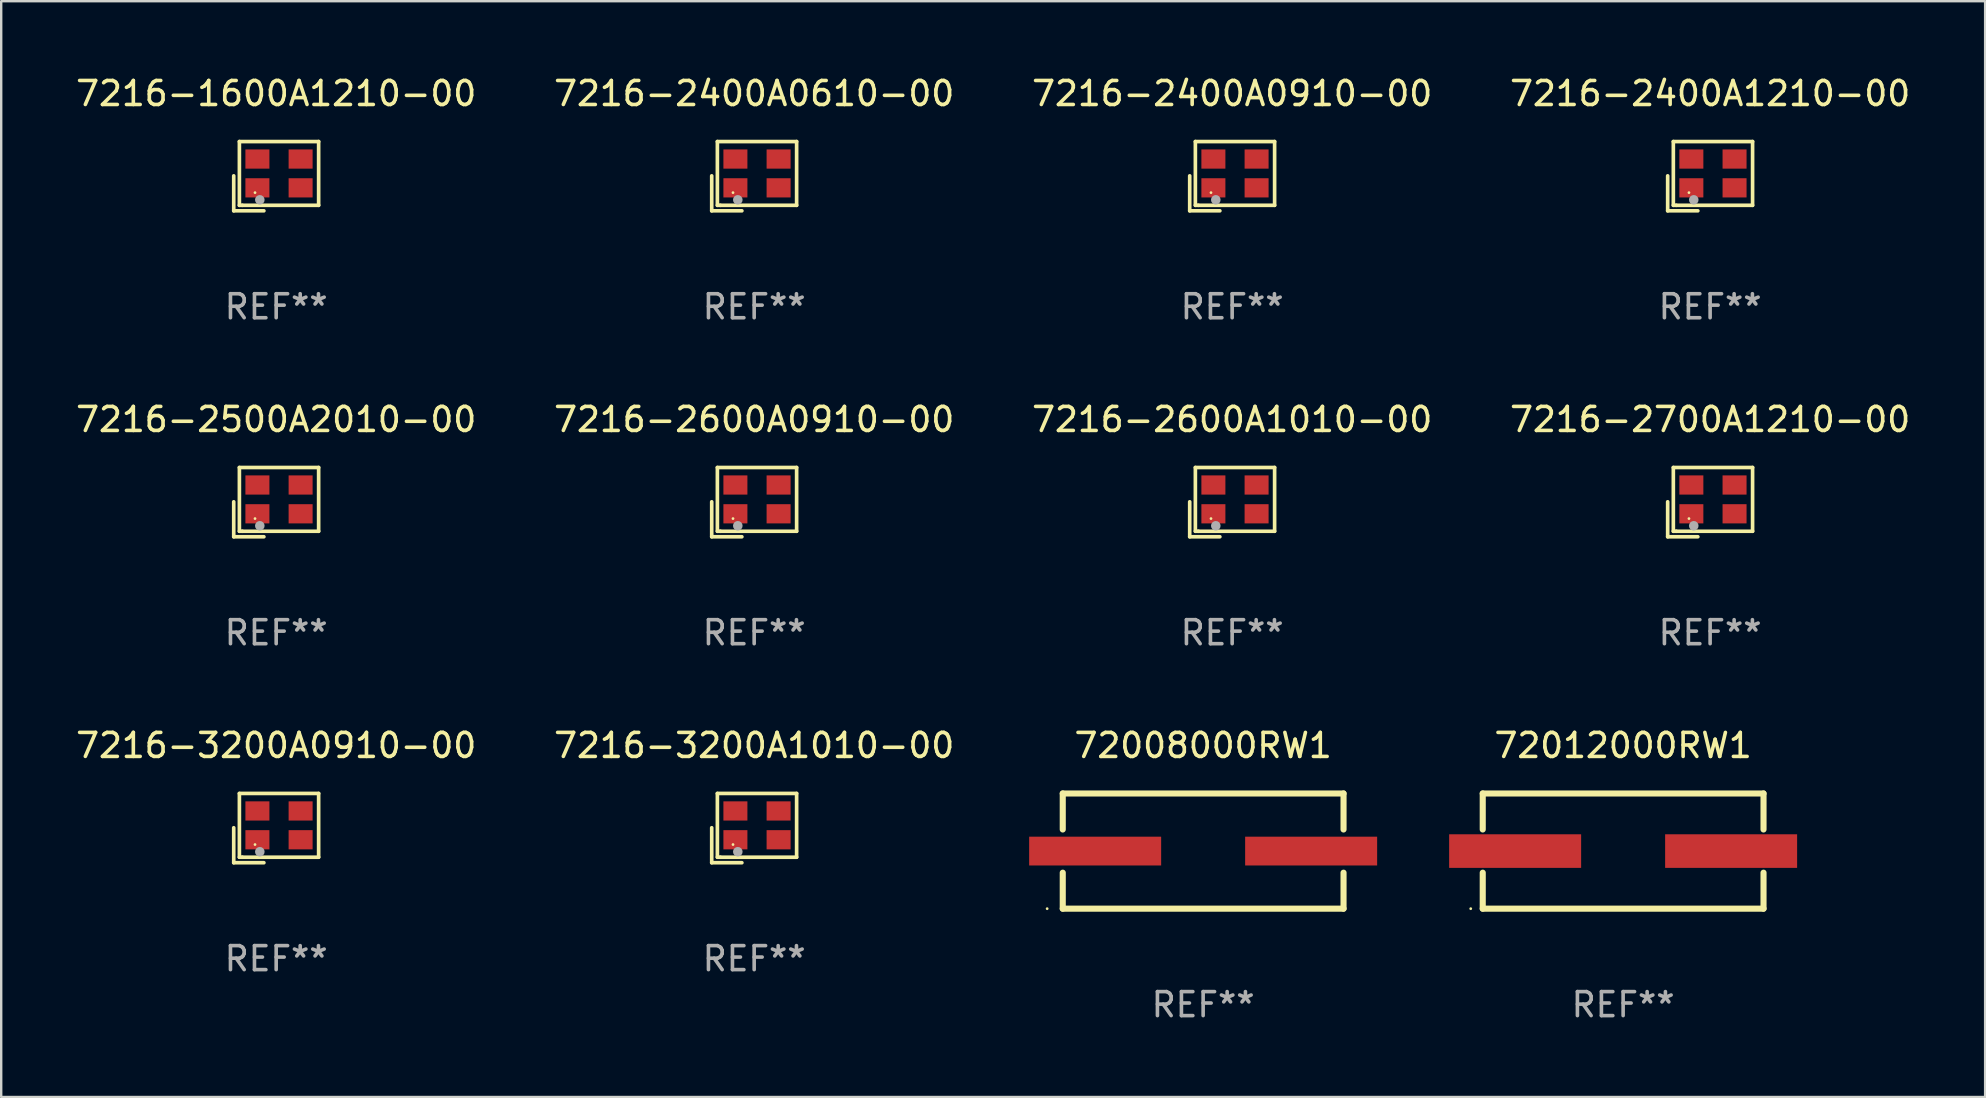
<source format=kicad_pcb>
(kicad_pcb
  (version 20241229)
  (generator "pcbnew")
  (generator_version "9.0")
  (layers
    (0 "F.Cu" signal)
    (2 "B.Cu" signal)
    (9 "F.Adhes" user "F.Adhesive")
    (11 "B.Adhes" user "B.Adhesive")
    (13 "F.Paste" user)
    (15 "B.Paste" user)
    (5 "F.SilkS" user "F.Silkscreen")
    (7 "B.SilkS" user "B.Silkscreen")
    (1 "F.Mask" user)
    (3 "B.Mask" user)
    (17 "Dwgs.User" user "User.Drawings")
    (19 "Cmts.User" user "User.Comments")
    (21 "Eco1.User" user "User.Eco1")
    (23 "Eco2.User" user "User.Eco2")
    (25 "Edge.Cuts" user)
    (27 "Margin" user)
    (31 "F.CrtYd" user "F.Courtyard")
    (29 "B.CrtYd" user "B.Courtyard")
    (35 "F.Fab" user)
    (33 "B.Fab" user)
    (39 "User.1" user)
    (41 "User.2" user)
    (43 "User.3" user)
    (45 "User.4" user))
  (footprint "7216-2700A1210-00"
    (layer "F.Cu")
    (at 68.208 17.873)
    (property "Reference" "7216-2700A1210-00" (at 0 -3.443 0) (layer "F.SilkS") (effects (font (size 1 1) (thickness 0.15))))
    (attr through_hole)
    (fp_line (start -1.769 -0.014) (end -1.769 1.443) (stroke (width 0.152) (type solid)) (layer "F.SilkS"))
    (fp_line (start -1.769 1.443) (end -0.512 1.443) (stroke (width 0.152) (type solid)) (layer "F.SilkS"))
    (fp_line (start -1.533 -1.443) (end 1.769 -1.443) (stroke (width 0.152) (type solid)) (layer "F.SilkS"))
    (fp_line (start -1.533 1.214) (end -1.533 -1.443) (stroke (width 0.152) (type solid)) (layer "F.SilkS"))
    (fp_line (start -1.411 1.214) (end -1.533 1.214) (stroke (width 0.152) (type solid)) (layer "F.SilkS"))
    (fp_line (start 1.769 -1.443) (end 1.769 1.214) (stroke (width 0.152) (type solid)) (layer "F.SilkS"))
    (fp_line (start 1.769 1.214) (end -1.411 1.214) (stroke (width 0.152) (type solid)) (layer "F.SilkS"))
    (fp_circle (center -0.882 0.686) (end -0.852 0.686) (stroke (width 0.06) (type solid)) (fill no) (layer "F.SilkS"))
    (fp_circle (center -0.682 0.986) (end -0.582 0.986) (stroke (width 0.2) (type solid)) (fill no) (layer "F.Fab"))
    (fp_text user "REF**" (at 0 5.443 0) (layer "F.Fab") (effects (font (size 1 1) (thickness 0.15))))
    (pad "1" smd rect (at -0.782 0.486 90) (size 0.8 1) (layers "F.Cu" "F.Mask" "F.Paste"))
    (pad "2" smd rect (at 1.018 0.486 90) (size 0.8 1) (layers "F.Cu" "F.Mask" "F.Paste"))
    (pad "3" smd rect (at 1.018 -0.714 90) (size 0.8 1) (layers "F.Cu" "F.Mask" "F.Paste"))
    (pad "4" smd rect (at -0.782 -0.714 90) (size 0.8 1) (layers "F.Cu" "F.Mask" "F.Paste")))
  (footprint "7216-2500A2010-00"
    (layer "F.Cu")
    (at 8.458 17.873)
    (property "Reference" "7216-2500A2010-00" (at 0 -3.443 0) (layer "F.SilkS") (effects (font (size 1 1) (thickness 0.15))))
    (attr through_hole)
    (fp_line (start -1.769 -0.014) (end -1.769 1.443) (stroke (width 0.152) (type solid)) (layer "F.SilkS"))
    (fp_line (start -1.769 1.443) (end -0.512 1.443) (stroke (width 0.152) (type solid)) (layer "F.SilkS"))
    (fp_line (start -1.533 -1.443) (end 1.769 -1.443) (stroke (width 0.152) (type solid)) (layer "F.SilkS"))
    (fp_line (start -1.533 1.214) (end -1.533 -1.443) (stroke (width 0.152) (type solid)) (layer "F.SilkS"))
    (fp_line (start -1.411 1.214) (end -1.533 1.214) (stroke (width 0.152) (type solid)) (layer "F.SilkS"))
    (fp_line (start 1.769 -1.443) (end 1.769 1.214) (stroke (width 0.152) (type solid)) (layer "F.SilkS"))
    (fp_line (start 1.769 1.214) (end -1.411 1.214) (stroke (width 0.152) (type solid)) (layer "F.SilkS"))
    (fp_circle (center -0.882 0.686) (end -0.852 0.686) (stroke (width 0.06) (type solid)) (fill no) (layer "F.SilkS"))
    (fp_circle (center -0.682 0.986) (end -0.582 0.986) (stroke (width 0.2) (type solid)) (fill no) (layer "F.Fab"))
    (fp_text user "REF**" (at 0 5.443 0) (layer "F.Fab") (effects (font (size 1 1) (thickness 0.15))))
    (pad "1" smd rect (at -0.782 0.486 90) (size 0.8 1) (layers "F.Cu" "F.Mask" "F.Paste"))
    (pad "2" smd rect (at 1.018 0.486 90) (size 0.8 1) (layers "F.Cu" "F.Mask" "F.Paste"))
    (pad "3" smd rect (at 1.018 -0.714 90) (size 0.8 1) (layers "F.Cu" "F.Mask" "F.Paste"))
    (pad "4" smd rect (at -0.782 -0.714 90) (size 0.8 1) (layers "F.Cu" "F.Mask" "F.Paste")))
  (footprint "7216-2600A0910-00"
    (layer "F.Cu")
    (at 28.375 17.873)
    (property "Reference" "7216-2600A0910-00" (at 0 -3.443 0) (layer "F.SilkS") (effects (font (size 1 1) (thickness 0.15))))
    (attr through_hole)
    (fp_line (start -1.769 -0.014) (end -1.769 1.443) (stroke (width 0.152) (type solid)) (layer "F.SilkS"))
    (fp_line (start -1.769 1.443) (end -0.512 1.443) (stroke (width 0.152) (type solid)) (layer "F.SilkS"))
    (fp_line (start -1.533 -1.443) (end 1.769 -1.443) (stroke (width 0.152) (type solid)) (layer "F.SilkS"))
    (fp_line (start -1.533 1.214) (end -1.533 -1.443) (stroke (width 0.152) (type solid)) (layer "F.SilkS"))
    (fp_line (start -1.411 1.214) (end -1.533 1.214) (stroke (width 0.152) (type solid)) (layer "F.SilkS"))
    (fp_line (start 1.769 -1.443) (end 1.769 1.214) (stroke (width 0.152) (type solid)) (layer "F.SilkS"))
    (fp_line (start 1.769 1.214) (end -1.411 1.214) (stroke (width 0.152) (type solid)) (layer "F.SilkS"))
    (fp_circle (center -0.882 0.686) (end -0.852 0.686) (stroke (width 0.06) (type solid)) (fill no) (layer "F.SilkS"))
    (fp_circle (center -0.682 0.986) (end -0.582 0.986) (stroke (width 0.2) (type solid)) (fill no) (layer "F.Fab"))
    (fp_text user "REF**" (at 0 5.443 0) (layer "F.Fab") (effects (font (size 1 1) (thickness 0.15))))
    (pad "1" smd rect (at -0.782 0.486 90) (size 0.8 1) (layers "F.Cu" "F.Mask" "F.Paste"))
    (pad "2" smd rect (at 1.018 0.486 90) (size 0.8 1) (layers "F.Cu" "F.Mask" "F.Paste"))
    (pad "3" smd rect (at 1.018 -0.714 90) (size 0.8 1) (layers "F.Cu" "F.Mask" "F.Paste"))
    (pad "4" smd rect (at -0.782 -0.714 90) (size 0.8 1) (layers "F.Cu" "F.Mask" "F.Paste")))
  (footprint "7216-2400A0910-00"
    (layer "F.Cu")
    (at 48.292 4.291)
    (property "Reference" "7216-2400A0910-00" (at 0 -3.443 0) (layer "F.SilkS") (effects (font (size 1 1) (thickness 0.15))))
    (attr through_hole)
    (fp_line (start -1.769 -0.014) (end -1.769 1.443) (stroke (width 0.152) (type solid)) (layer "F.SilkS"))
    (fp_line (start -1.769 1.443) (end -0.512 1.443) (stroke (width 0.152) (type solid)) (layer "F.SilkS"))
    (fp_line (start -1.533 -1.443) (end 1.769 -1.443) (stroke (width 0.152) (type solid)) (layer "F.SilkS"))
    (fp_line (start -1.533 1.214) (end -1.533 -1.443) (stroke (width 0.152) (type solid)) (layer "F.SilkS"))
    (fp_line (start -1.411 1.214) (end -1.533 1.214) (stroke (width 0.152) (type solid)) (layer "F.SilkS"))
    (fp_line (start 1.769 -1.443) (end 1.769 1.214) (stroke (width 0.152) (type solid)) (layer "F.SilkS"))
    (fp_line (start 1.769 1.214) (end -1.411 1.214) (stroke (width 0.152) (type solid)) (layer "F.SilkS"))
    (fp_circle (center -0.882 0.686) (end -0.852 0.686) (stroke (width 0.06) (type solid)) (fill no) (layer "F.SilkS"))
    (fp_circle (center -0.682 0.986) (end -0.582 0.986) (stroke (width 0.2) (type solid)) (fill no) (layer "F.Fab"))
    (fp_text user "REF**" (at 0 5.443 0) (layer "F.Fab") (effects (font (size 1 1) (thickness 0.15))))
    (pad "1" smd rect (at -0.782 0.486 90) (size 0.8 1) (layers "F.Cu" "F.Mask" "F.Paste"))
    (pad "2" smd rect (at 1.018 0.486 90) (size 0.8 1) (layers "F.Cu" "F.Mask" "F.Paste"))
    (pad "3" smd rect (at 1.018 -0.714 90) (size 0.8 1) (layers "F.Cu" "F.Mask" "F.Paste"))
    (pad "4" smd rect (at -0.782 -0.714 90) (size 0.8 1) (layers "F.Cu" "F.Mask" "F.Paste")))
  (footprint "72012000RW1"
    (layer "F.Cu")
    (at 64.583 32.413)
    (property "Reference" "72012000RW1" (at 0 -4.4 0) (layer "F.SilkS") (effects (font (size 1 1) (thickness 0.15))))
    (attr through_hole)
    (fp_line (start -5.85 -2.4) (end 5.85 -2.4) (stroke (width 0.254) (type solid)) (layer "F.SilkS"))
    (fp_line (start -5.85 -2.4) (end -5.85 -0.9) (stroke (width 0.254) (type solid)) (layer "F.SilkS"))
    (fp_line (start -5.85 2.4) (end 5.85 2.4) (stroke (width 0.254) (type solid)) (layer "F.SilkS"))
    (fp_line (start -5.85 0.9) (end -5.85 2.4) (stroke (width 0.254) (type solid)) (layer "F.SilkS"))
    (fp_line (start 5.85 -2.4) (end 5.85 -0.9) (stroke (width 0.254) (type solid)) (layer "F.SilkS"))
    (fp_line (start 5.85 0.9) (end 5.85 2.4) (stroke (width 0.254) (type solid)) (layer "F.SilkS"))
    (fp_circle (center -6.35 2.4) (end -6.32 2.4) (stroke (width 0.06) (type solid)) (fill no) (layer "F.SilkS"))
    (fp_text user "REF**" (at 0 6.4 0) (layer "F.Fab") (effects (font (size 1 1) (thickness 0.15))))
    (pad "1" smd rect (at -4.5 -0.000025) (size 5.5 1.4) (layers "F.Cu" "F.Mask" "F.Paste"))
    (pad "2" smd rect (at 4.5 -0.000025) (size 5.5 1.4) (layers "F.Cu" "F.Mask" "F.Paste")))
  (footprint "7216-2400A1210-00"
    (layer "F.Cu")
    (at 68.208 4.291)
    (property "Reference" "7216-2400A1210-00" (at 0 -3.443 0) (layer "F.SilkS") (effects (font (size 1 1) (thickness 0.15))))
    (attr through_hole)
    (fp_line (start -1.769 -0.014) (end -1.769 1.443) (stroke (width 0.152) (type solid)) (layer "F.SilkS"))
    (fp_line (start -1.769 1.443) (end -0.512 1.443) (stroke (width 0.152) (type solid)) (layer "F.SilkS"))
    (fp_line (start -1.533 -1.443) (end 1.769 -1.443) (stroke (width 0.152) (type solid)) (layer "F.SilkS"))
    (fp_line (start -1.533 1.214) (end -1.533 -1.443) (stroke (width 0.152) (type solid)) (layer "F.SilkS"))
    (fp_line (start -1.411 1.214) (end -1.533 1.214) (stroke (width 0.152) (type solid)) (layer "F.SilkS"))
    (fp_line (start 1.769 -1.443) (end 1.769 1.214) (stroke (width 0.152) (type solid)) (layer "F.SilkS"))
    (fp_line (start 1.769 1.214) (end -1.411 1.214) (stroke (width 0.152) (type solid)) (layer "F.SilkS"))
    (fp_circle (center -0.882 0.686) (end -0.852 0.686) (stroke (width 0.06) (type solid)) (fill no) (layer "F.SilkS"))
    (fp_circle (center -0.682 0.986) (end -0.582 0.986) (stroke (width 0.2) (type solid)) (fill no) (layer "F.Fab"))
    (fp_text user "REF**" (at 0 5.443 0) (layer "F.Fab") (effects (font (size 1 1) (thickness 0.15))))
    (pad "1" smd rect (at -0.782 0.486 90) (size 0.8 1) (layers "F.Cu" "F.Mask" "F.Paste"))
    (pad "2" smd rect (at 1.018 0.486 90) (size 0.8 1) (layers "F.Cu" "F.Mask" "F.Paste"))
    (pad "3" smd rect (at 1.018 -0.714 90) (size 0.8 1) (layers "F.Cu" "F.Mask" "F.Paste"))
    (pad "4" smd rect (at -0.782 -0.714 90) (size 0.8 1) (layers "F.Cu" "F.Mask" "F.Paste")))
  (footprint "72008000RW1"
    (layer "F.Cu")
    (at 47.083 32.413)
    (property "Reference" "72008000RW1" (at 0 -4.4 0) (layer "F.SilkS") (effects (font (size 1 1) (thickness 0.15))))
    (attr through_hole)
    (fp_line (start -5.85 -2.4) (end 5.85 -2.4) (stroke (width 0.254) (type solid)) (layer "F.SilkS"))
    (fp_line (start -5.85 -2.4) (end -5.85 -0.9) (stroke (width 0.254) (type solid)) (layer "F.SilkS"))
    (fp_line (start -5.85 2.4) (end 5.85 2.4) (stroke (width 0.254) (type solid)) (layer "F.SilkS"))
    (fp_line (start -5.85 0.9) (end -5.85 2.4) (stroke (width 0.254) (type solid)) (layer "F.SilkS"))
    (fp_line (start 5.85 -2.4) (end 5.85 -0.9) (stroke (width 0.254) (type solid)) (layer "F.SilkS"))
    (fp_line (start 5.85 0.9) (end 5.85 2.4) (stroke (width 0.254) (type solid)) (layer "F.SilkS"))
    (fp_circle (center -6.5 2.4) (end -6.47 2.4) (stroke (width 0.06) (type solid)) (fill no) (layer "F.SilkS"))
    (fp_text user "REF**" (at 0 6.4 0) (layer "F.Fab") (effects (font (size 1 1) (thickness 0.15))))
    (pad "1" smd rect (at -4.5 -0.000025) (size 5.5 1.2) (layers "F.Cu" "F.Mask" "F.Paste"))
    (pad "2" smd rect (at 4.5 -0.000025) (size 5.5 1.2) (layers "F.Cu" "F.Mask" "F.Paste")))
  (footprint "7216-2600A1010-00"
    (layer "F.Cu")
    (at 48.292 17.873)
    (property "Reference" "7216-2600A1010-00" (at 0 -3.443 0) (layer "F.SilkS") (effects (font (size 1 1) (thickness 0.15))))
    (attr through_hole)
    (fp_line (start -1.769 -0.014) (end -1.769 1.443) (stroke (width 0.152) (type solid)) (layer "F.SilkS"))
    (fp_line (start -1.769 1.443) (end -0.512 1.443) (stroke (width 0.152) (type solid)) (layer "F.SilkS"))
    (fp_line (start -1.533 -1.443) (end 1.769 -1.443) (stroke (width 0.152) (type solid)) (layer "F.SilkS"))
    (fp_line (start -1.533 1.214) (end -1.533 -1.443) (stroke (width 0.152) (type solid)) (layer "F.SilkS"))
    (fp_line (start -1.411 1.214) (end -1.533 1.214) (stroke (width 0.152) (type solid)) (layer "F.SilkS"))
    (fp_line (start 1.769 -1.443) (end 1.769 1.214) (stroke (width 0.152) (type solid)) (layer "F.SilkS"))
    (fp_line (start 1.769 1.214) (end -1.411 1.214) (stroke (width 0.152) (type solid)) (layer "F.SilkS"))
    (fp_circle (center -0.882 0.686) (end -0.852 0.686) (stroke (width 0.06) (type solid)) (fill no) (layer "F.SilkS"))
    (fp_circle (center -0.682 0.986) (end -0.582 0.986) (stroke (width 0.2) (type solid)) (fill no) (layer "F.Fab"))
    (fp_text user "REF**" (at 0 5.443 0) (layer "F.Fab") (effects (font (size 1 1) (thickness 0.15))))
    (pad "1" smd rect (at -0.782 0.486 90) (size 0.8 1) (layers "F.Cu" "F.Mask" "F.Paste"))
    (pad "2" smd rect (at 1.018 0.486 90) (size 0.8 1) (layers "F.Cu" "F.Mask" "F.Paste"))
    (pad "3" smd rect (at 1.018 -0.714 90) (size 0.8 1) (layers "F.Cu" "F.Mask" "F.Paste"))
    (pad "4" smd rect (at -0.782 -0.714 90) (size 0.8 1) (layers "F.Cu" "F.Mask" "F.Paste")))
  (footprint "7216-2400A0610-00"
    (layer "F.Cu")
    (at 28.375 4.291)
    (property "Reference" "7216-2400A0610-00" (at 0 -3.443 0) (layer "F.SilkS") (effects (font (size 1 1) (thickness 0.15))))
    (attr through_hole)
    (fp_line (start -1.769 -0.014) (end -1.769 1.443) (stroke (width 0.152) (type solid)) (layer "F.SilkS"))
    (fp_line (start -1.769 1.443) (end -0.512 1.443) (stroke (width 0.152) (type solid)) (layer "F.SilkS"))
    (fp_line (start -1.533 -1.443) (end 1.769 -1.443) (stroke (width 0.152) (type solid)) (layer "F.SilkS"))
    (fp_line (start -1.533 1.214) (end -1.533 -1.443) (stroke (width 0.152) (type solid)) (layer "F.SilkS"))
    (fp_line (start -1.411 1.214) (end -1.533 1.214) (stroke (width 0.152) (type solid)) (layer "F.SilkS"))
    (fp_line (start 1.769 -1.443) (end 1.769 1.214) (stroke (width 0.152) (type solid)) (layer "F.SilkS"))
    (fp_line (start 1.769 1.214) (end -1.411 1.214) (stroke (width 0.152) (type solid)) (layer "F.SilkS"))
    (fp_circle (center -0.882 0.686) (end -0.852 0.686) (stroke (width 0.06) (type solid)) (fill no) (layer "F.SilkS"))
    (fp_circle (center -0.682 0.986) (end -0.582 0.986) (stroke (width 0.2) (type solid)) (fill no) (layer "F.Fab"))
    (fp_text user "REF**" (at 0 5.443 0) (layer "F.Fab") (effects (font (size 1 1) (thickness 0.15))))
    (pad "1" smd rect (at -0.782 0.486 90) (size 0.8 1) (layers "F.Cu" "F.Mask" "F.Paste"))
    (pad "2" smd rect (at 1.018 0.486 90) (size 0.8 1) (layers "F.Cu" "F.Mask" "F.Paste"))
    (pad "3" smd rect (at 1.018 -0.714 90) (size 0.8 1) (layers "F.Cu" "F.Mask" "F.Paste"))
    (pad "4" smd rect (at -0.782 -0.714 90) (size 0.8 1) (layers "F.Cu" "F.Mask" "F.Paste")))
  (footprint "7216-3200A0910-00"
    (layer "F.Cu")
    (at 8.458 31.455)
    (property "Reference" "7216-3200A0910-00" (at 0 -3.443 0) (layer "F.SilkS") (effects (font (size 1 1) (thickness 0.15))))
    (attr through_hole)
    (fp_line (start -1.769 -0.014) (end -1.769 1.443) (stroke (width 0.152) (type solid)) (layer "F.SilkS"))
    (fp_line (start -1.769 1.443) (end -0.512 1.443) (stroke (width 0.152) (type solid)) (layer "F.SilkS"))
    (fp_line (start -1.533 -1.443) (end 1.769 -1.443) (stroke (width 0.152) (type solid)) (layer "F.SilkS"))
    (fp_line (start -1.533 1.214) (end -1.533 -1.443) (stroke (width 0.152) (type solid)) (layer "F.SilkS"))
    (fp_line (start -1.411 1.214) (end -1.533 1.214) (stroke (width 0.152) (type solid)) (layer "F.SilkS"))
    (fp_line (start 1.769 -1.443) (end 1.769 1.214) (stroke (width 0.152) (type solid)) (layer "F.SilkS"))
    (fp_line (start 1.769 1.214) (end -1.411 1.214) (stroke (width 0.152) (type solid)) (layer "F.SilkS"))
    (fp_circle (center -0.882 0.686) (end -0.852 0.686) (stroke (width 0.06) (type solid)) (fill no) (layer "F.SilkS"))
    (fp_circle (center -0.682 0.986) (end -0.582 0.986) (stroke (width 0.2) (type solid)) (fill no) (layer "F.Fab"))
    (fp_text user "REF**" (at 0 5.443 0) (layer "F.Fab") (effects (font (size 1 1) (thickness 0.15))))
    (pad "1" smd rect (at -0.782 0.486 90) (size 0.8 1) (layers "F.Cu" "F.Mask" "F.Paste"))
    (pad "2" smd rect (at 1.018 0.486 90) (size 0.8 1) (layers "F.Cu" "F.Mask" "F.Paste"))
    (pad "3" smd rect (at 1.018 -0.714 90) (size 0.8 1) (layers "F.Cu" "F.Mask" "F.Paste"))
    (pad "4" smd rect (at -0.782 -0.714 90) (size 0.8 1) (layers "F.Cu" "F.Mask" "F.Paste")))
  (footprint "7216-3200A1010-00"
    (layer "F.Cu")
    (at 28.375 31.455)
    (property "Reference" "7216-3200A1010-00" (at 0 -3.443 0) (layer "F.SilkS") (effects (font (size 1 1) (thickness 0.15))))
    (attr through_hole)
    (fp_line (start -1.769 -0.014) (end -1.769 1.443) (stroke (width 0.152) (type solid)) (layer "F.SilkS"))
    (fp_line (start -1.769 1.443) (end -0.512 1.443) (stroke (width 0.152) (type solid)) (layer "F.SilkS"))
    (fp_line (start -1.533 -1.443) (end 1.769 -1.443) (stroke (width 0.152) (type solid)) (layer "F.SilkS"))
    (fp_line (start -1.533 1.214) (end -1.533 -1.443) (stroke (width 0.152) (type solid)) (layer "F.SilkS"))
    (fp_line (start -1.411 1.214) (end -1.533 1.214) (stroke (width 0.152) (type solid)) (layer "F.SilkS"))
    (fp_line (start 1.769 -1.443) (end 1.769 1.214) (stroke (width 0.152) (type solid)) (layer "F.SilkS"))
    (fp_line (start 1.769 1.214) (end -1.411 1.214) (stroke (width 0.152) (type solid)) (layer "F.SilkS"))
    (fp_circle (center -0.882 0.686) (end -0.852 0.686) (stroke (width 0.06) (type solid)) (fill no) (layer "F.SilkS"))
    (fp_circle (center -0.682 0.986) (end -0.582 0.986) (stroke (width 0.2) (type solid)) (fill no) (layer "F.Fab"))
    (fp_text user "REF**" (at 0 5.443 0) (layer "F.Fab") (effects (font (size 1 1) (thickness 0.15))))
    (pad "1" smd rect (at -0.782 0.486 90) (size 0.8 1) (layers "F.Cu" "F.Mask" "F.Paste"))
    (pad "2" smd rect (at 1.018 0.486 90) (size 0.8 1) (layers "F.Cu" "F.Mask" "F.Paste"))
    (pad "3" smd rect (at 1.018 -0.714 90) (size 0.8 1) (layers "F.Cu" "F.Mask" "F.Paste"))
    (pad "4" smd rect (at -0.782 -0.714 90) (size 0.8 1) (layers "F.Cu" "F.Mask" "F.Paste")))
  (footprint "7216-1600A1210-00"
    (layer "F.Cu")
    (at 8.458 4.291)
    (property "Reference" "7216-1600A1210-00" (at 0 -3.443 0) (layer "F.SilkS") (effects (font (size 1 1) (thickness 0.15))))
    (attr through_hole)
    (fp_line (start -1.769 -0.014) (end -1.769 1.443) (stroke (width 0.152) (type solid)) (layer "F.SilkS"))
    (fp_line (start -1.769 1.443) (end -0.512 1.443) (stroke (width 0.152) (type solid)) (layer "F.SilkS"))
    (fp_line (start -1.533 -1.443) (end 1.769 -1.443) (stroke (width 0.152) (type solid)) (layer "F.SilkS"))
    (fp_line (start -1.533 1.214) (end -1.533 -1.443) (stroke (width 0.152) (type solid)) (layer "F.SilkS"))
    (fp_line (start -1.411 1.214) (end -1.533 1.214) (stroke (width 0.152) (type solid)) (layer "F.SilkS"))
    (fp_line (start 1.769 -1.443) (end 1.769 1.214) (stroke (width 0.152) (type solid)) (layer "F.SilkS"))
    (fp_line (start 1.769 1.214) (end -1.411 1.214) (stroke (width 0.152) (type solid)) (layer "F.SilkS"))
    (fp_circle (center -0.882 0.686) (end -0.852 0.686) (stroke (width 0.06) (type solid)) (fill no) (layer "F.SilkS"))
    (fp_circle (center -0.682 0.986) (end -0.582 0.986) (stroke (width 0.2) (type solid)) (fill no) (layer "F.Fab"))
    (fp_text user "REF**" (at 0 5.443 0) (layer "F.Fab") (effects (font (size 1 1) (thickness 0.15))))
    (pad "1" smd rect (at -0.782 0.486 90) (size 0.8 1) (layers "F.Cu" "F.Mask" "F.Paste"))
    (pad "2" smd rect (at 1.018 0.486 90) (size 0.8 1) (layers "F.Cu" "F.Mask" "F.Paste"))
    (pad "3" smd rect (at 1.018 -0.714 90) (size 0.8 1) (layers "F.Cu" "F.Mask" "F.Paste"))
    (pad "4" smd rect (at -0.782 -0.714 90) (size 0.8 1) (layers "F.Cu" "F.Mask" "F.Paste")))
  (gr_rect
    (start -3 -3)
    (end 79.667 42.661)
    (stroke (width 0.1) (type default))
    (fill no)
    (layer "Edge.Cuts")))
</source>
